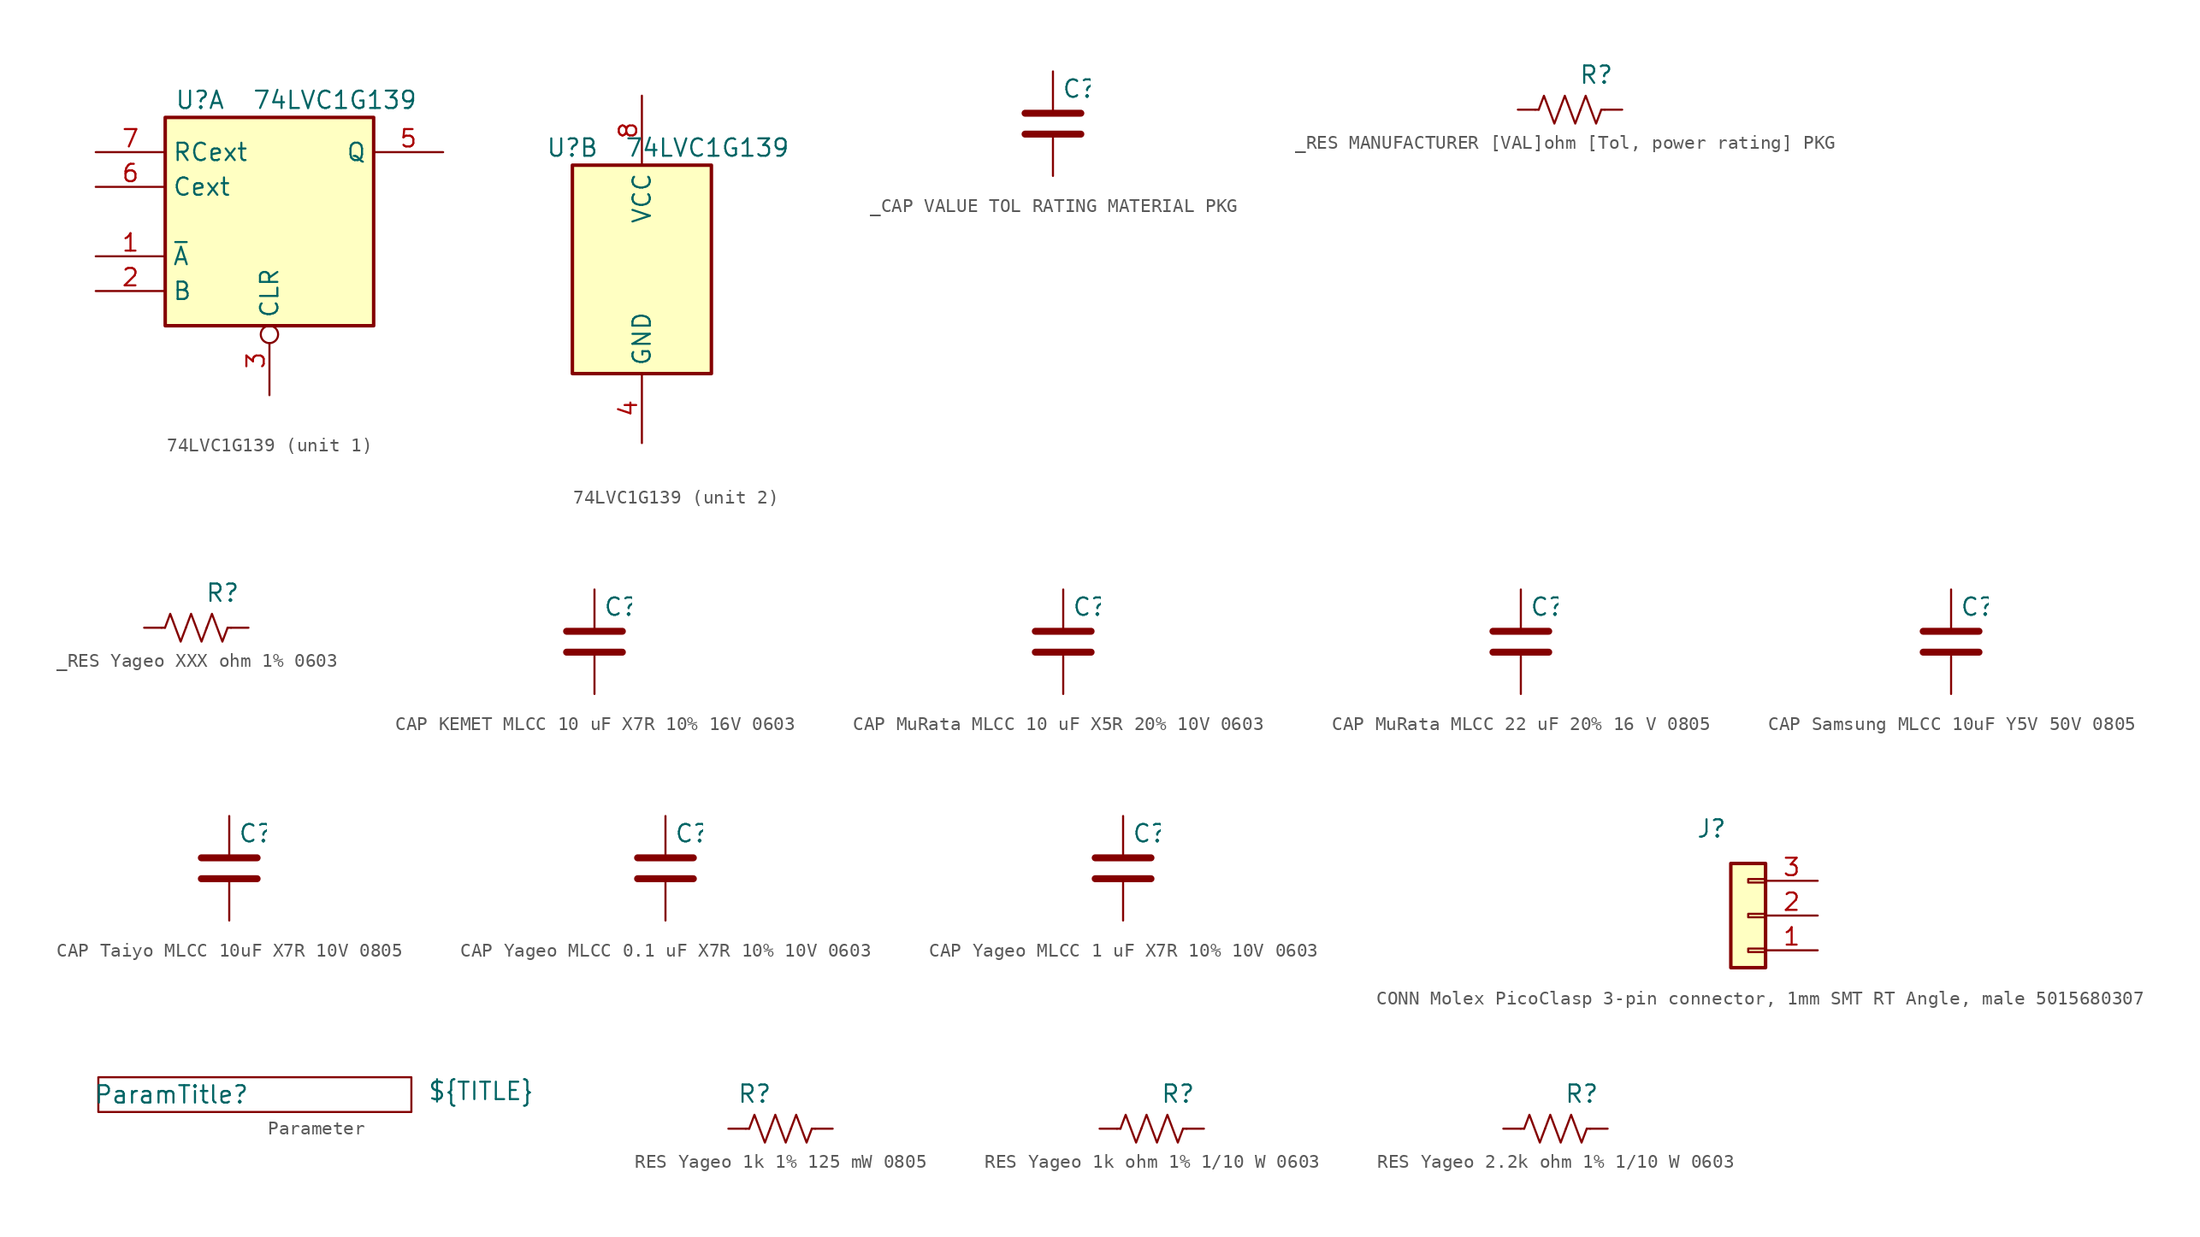
<source format=kicad_sym>
(kicad_symbol_lib
  (version 20241209)
  (generator "kicad_symbol_editor")
  (generator_version "9.0")
  (symbol "74LVC1G139"
    (property "Reference" "U"
      (at -5.08 8.89 0)
      (effects (font (size 1.27 1.27))))
    (property "Value" "74LVC1G139"
      (at -1.27 8.89 0)
      (effects (font (size 1.27 1.27)) (justify left)))
    (symbol "74LVC1G139_1_1"
      (rectangle (start -7.62 7.62) (end 7.62 -7.62) (stroke (width 0.254) (type default)) (fill (type background)))
      (pin input line (at -12.7 5.08 0) (length 5.08) (name "RCext" (effects (font (size 1.27 1.27)))) (number "7" (effects (font (size 1.27 1.27)))))
      (pin input line (at -12.7 2.54 0) (length 5.08) (name "Cext" (effects (font (size 1.27 1.27)))) (number "6" (effects (font (size 1.27 1.27)))))
      (pin input line (at -12.7 -2.54 0) (length 5.08) (name "~{A}" (effects (font (size 1.27 1.27)))) (number "1" (effects (font (size 1.27 1.27)))))
      (pin input line (at -12.7 -5.08 0) (length 5.08) (name "B" (effects (font (size 1.27 1.27)))) (number "2" (effects (font (size 1.27 1.27)))))
      (pin input inverted (at 0 -12.7 90) (length 5.08) (name "CLR" (effects (font (size 1.27 1.27)))) (number "3" (effects (font (size 1.27 1.27)))))
      (pin output line (at 12.7 5.08 180) (length 5.08) (name "Q" (effects (font (size 1.27 1.27)))) (number "5" (effects (font (size 1.27 1.27))))))
    (symbol "74LVC1G139_2_1"
      (rectangle (start -5.08 7.62) (end 5.08 -7.62) (stroke (width 0.254) (type default)) (fill (type background)))
      (pin power_in line (at 0 12.7 270) (length 5.08) (name "VCC" (effects (font (size 1.27 1.27)))) (number "8" (effects (font (size 1.27 1.27)))))
      (pin power_in line (at 0 -12.7 90) (length 5.08) (name "GND" (effects (font (size 1.27 1.27)))) (number "4" (effects (font (size 1.27 1.27)))))))
  (symbol "_CAP VALUE TOL RATING MATERIAL PKG"
    (pin_numbers
      (hide yes))
    (pin_names
      (offset 0))
    (property "Reference" "C"
      (at 0.635 2.54 0)
      (effects (font (size 1.27 1.27)) (justify left)))
    (symbol "_CAP VALUE TOL RATING MATERIAL PKG_0_1"
      (polyline (pts (xy -2.032 0.762) (xy 2.032 0.762)) (stroke (width 0.508) (type default)) (fill (type none)))
      (polyline (pts (xy -2.032 -0.762) (xy 2.032 -0.762)) (stroke (width 0.508) (type default)) (fill (type none))))
    (symbol "_CAP VALUE TOL RATING MATERIAL PKG_1_1"
      (pin passive line (at 0 3.81 270) (length 2.794) (name "~" (effects (font (size 1.27 1.27)))) (number "1" (effects (font (size 1.27 1.27)))))
      (pin passive line (at 0 -3.81 90) (length 2.794) (name "~" (effects (font (size 1.27 1.27)))) (number "2" (effects (font (size 1.27 1.27)))))))
  (symbol "_RES MANUFACTURER [VAL]ohm [Tol, power rating] PKG "
    (pin_numbers
      (hide yes))
    (pin_names
      (offset 0))
    (property "Reference" "R"
      (at 0.635 2.54 0)
      (effects (font (size 1.27 1.27)) (justify left)))
    (symbol "_RES MANUFACTURER [VAL]ohm [Tol, power rating] PKG _0_1"
      (polyline (pts (xy -2.286 0) (xy -2.54 0)) (stroke (width 0) (type default)) (fill (type none)))
      (polyline (pts (xy -0.762 0) (xy -1.143 -1.016) (xy -1.524 0) (xy -1.905 1.016) (xy -2.286 0)) (stroke (width 0) (type default)) (fill (type none)))
      (polyline (pts (xy 0.762 0) (xy 0.381 -1.016) (xy 0 0) (xy -0.381 1.016) (xy -0.762 0)) (stroke (width 0) (type default)) (fill (type none)))
      (polyline (pts (xy 2.286 0) (xy 2.54 0)) (stroke (width 0) (type default)) (fill (type none)))
      (polyline (pts (xy 2.286 0) (xy 1.905 -1.016) (xy 1.524 0) (xy 1.143 1.016) (xy 0.762 0)) (stroke (width 0) (type default)) (fill (type none))))
    (symbol "_RES MANUFACTURER [VAL]ohm [Tol, power rating] PKG _1_1"
      (pin passive line (at -3.81 0 0) (length 1.27) (name "~" (effects (font (size 1.27 1.27)))) (number "2" (effects (font (size 1.27 1.27)))))
      (pin passive line (at 3.81 0 180) (length 1.27) (name "~" (effects (font (size 1.27 1.27)))) (number "1" (effects (font (size 1.27 1.27)))))))
  (symbol "_RES Yageo XXX ohm 1% 0603"
    (pin_numbers
      (hide yes))
    (pin_names
      (offset 0))
    (property "Reference" "R"
      (at 0.635 2.54 0)
      (effects (font (size 1.27 1.27)) (justify left)))
    (symbol "_RES Yageo XXX ohm 1% 0603_0_1"
      (polyline (pts (xy -2.286 0) (xy -2.54 0)) (stroke (width 0) (type default)) (fill (type none)))
      (polyline (pts (xy -0.762 0) (xy -1.143 -1.016) (xy -1.524 0) (xy -1.905 1.016) (xy -2.286 0)) (stroke (width 0) (type default)) (fill (type none)))
      (polyline (pts (xy 0.762 0) (xy 0.381 -1.016) (xy 0 0) (xy -0.381 1.016) (xy -0.762 0)) (stroke (width 0) (type default)) (fill (type none)))
      (polyline (pts (xy 2.286 0) (xy 2.54 0)) (stroke (width 0) (type default)) (fill (type none)))
      (polyline (pts (xy 2.286 0) (xy 1.905 -1.016) (xy 1.524 0) (xy 1.143 1.016) (xy 0.762 0)) (stroke (width 0) (type default)) (fill (type none))))
    (symbol "_RES Yageo XXX ohm 1% 0603_1_1"
      (pin passive line (at -3.81 0 0) (length 1.27) (name "~" (effects (font (size 1.27 1.27)))) (number "2" (effects (font (size 1.27 1.27)))))
      (pin passive line (at 3.81 0 180) (length 1.27) (name "~" (effects (font (size 1.27 1.27)))) (number "1" (effects (font (size 1.27 1.27)))))))
  (symbol "CAP KEMET MLCC 10 uF X7R 10% 16V 0603"
    (pin_numbers
      (hide yes))
    (pin_names
      (offset 0))
    (property "Reference" "C"
      (at 0.635 6.35 0)
      (effects (font (size 1.27 1.27)) (justify left)))
    (symbol "CAP KEMET MLCC 10 uF X7R 10% 16V 0603_0_1"
      (polyline (pts (xy -2.032 4.572) (xy 2.032 4.572)) (stroke (width 0.508) (type default)) (fill (type none)))
      (polyline (pts (xy -2.032 3.048) (xy 2.032 3.048)) (stroke (width 0.508) (type default)) (fill (type none))))
    (symbol "CAP KEMET MLCC 10 uF X7R 10% 16V 0603_1_1"
      (pin passive line (at 0 7.62 270) (length 2.794) (name "~" (effects (font (size 1.27 1.27)))) (number "1" (effects (font (size 1.27 1.27)))))
      (pin passive line (at 0 0 90) (length 2.794) (name "~" (effects (font (size 1.27 1.27)))) (number "2" (effects (font (size 1.27 1.27)))))))
  (symbol "CAP MuRata MLCC 10 uF X5R 20% 10V 0603 "
    (pin_numbers
      (hide yes))
    (pin_names
      (offset 0))
    (property "Reference" "C"
      (at 0.635 3.81 0)
      (effects (font (size 1.27 1.27)) (justify left)))
    (symbol "CAP MuRata MLCC 10 uF X5R 20% 10V 0603 _0_1"
      (polyline (pts (xy -2.032 2.032) (xy 2.032 2.032)) (stroke (width 0.508) (type default)) (fill (type none)))
      (polyline (pts (xy -2.032 0.508) (xy 2.032 0.508)) (stroke (width 0.508) (type default)) (fill (type none))))
    (symbol "CAP MuRata MLCC 10 uF X5R 20% 10V 0603 _1_1"
      (pin passive line (at 0 5.08 270) (length 2.794) (name "~" (effects (font (size 1.27 1.27)))) (number "1" (effects (font (size 1.27 1.27)))))
      (pin passive line (at 0 -2.54 90) (length 2.794) (name "~" (effects (font (size 1.27 1.27)))) (number "2" (effects (font (size 1.27 1.27)))))))
  (symbol "CAP MuRata MLCC 22 uF 20% 16 V 0805"
    (pin_numbers
      (hide yes))
    (pin_names
      (offset 0))
    (property "Reference" "C"
      (at 0.635 3.81 0)
      (effects (font (size 1.27 1.27)) (justify left)))
    (symbol "CAP MuRata MLCC 22 uF 20% 16 V 0805_0_1"
      (polyline (pts (xy -2.032 2.032) (xy 2.032 2.032)) (stroke (width 0.508) (type default)) (fill (type none)))
      (polyline (pts (xy -2.032 0.508) (xy 2.032 0.508)) (stroke (width 0.508) (type default)) (fill (type none))))
    (symbol "CAP MuRata MLCC 22 uF 20% 16 V 0805_1_1"
      (pin passive line (at 0 5.08 270) (length 2.794) (name "~" (effects (font (size 1.27 1.27)))) (number "1" (effects (font (size 1.27 1.27)))))
      (pin passive line (at 0 -2.54 90) (length 2.794) (name "~" (effects (font (size 1.27 1.27)))) (number "2" (effects (font (size 1.27 1.27)))))))
  (symbol "CAP Samsung MLCC 10uF Y5V 50V 0805"
    (pin_numbers
      (hide yes))
    (pin_names
      (offset 0))
    (property "Reference" "C"
      (at 0.635 6.35 0)
      (effects (font (size 1.27 1.27)) (justify left)))
    (symbol "CAP Samsung MLCC 10uF Y5V 50V 0805_0_1"
      (polyline (pts (xy -2.032 4.572) (xy 2.032 4.572)) (stroke (width 0.508) (type default)) (fill (type none)))
      (polyline (pts (xy -2.032 3.048) (xy 2.032 3.048)) (stroke (width 0.508) (type default)) (fill (type none))))
    (symbol "CAP Samsung MLCC 10uF Y5V 50V 0805_1_1"
      (pin passive line (at 0 7.62 270) (length 2.794) (name "~" (effects (font (size 1.27 1.27)))) (number "1" (effects (font (size 1.27 1.27)))))
      (pin passive line (at 0 0 90) (length 2.794) (name "~" (effects (font (size 1.27 1.27)))) (number "2" (effects (font (size 1.27 1.27)))))))
  (symbol "CAP Taiyo MLCC 10uF X7R 10V 0805"
    (pin_numbers
      (hide yes))
    (pin_names
      (offset 0))
    (property "Reference" "C"
      (at 0.635 3.81 0)
      (effects (font (size 1.27 1.27)) (justify left)))
    (symbol "CAP Taiyo MLCC 10uF X7R 10V 0805_0_1"
      (polyline (pts (xy -2.032 2.032) (xy 2.032 2.032)) (stroke (width 0.508) (type default)) (fill (type none)))
      (polyline (pts (xy -2.032 0.508) (xy 2.032 0.508)) (stroke (width 0.508) (type default)) (fill (type none))))
    (symbol "CAP Taiyo MLCC 10uF X7R 10V 0805_1_1"
      (pin passive line (at 0 5.08 270) (length 2.794) (name "~" (effects (font (size 1.27 1.27)))) (number "1" (effects (font (size 1.27 1.27)))))
      (pin passive line (at 0 -2.54 90) (length 2.794) (name "~" (effects (font (size 1.27 1.27)))) (number "2" (effects (font (size 1.27 1.27)))))))
  (symbol "CAP Yageo MLCC 0.1 uF X7R 10% 10V 0603"
    (pin_numbers
      (hide yes))
    (pin_names
      (offset 0)
      (hide yes))
    (property "Reference" "C"
      (at 0.635 3.81 0)
      (effects (font (size 1.27 1.27)) (justify left)))
    (symbol "CAP Yageo MLCC 0.1 uF X7R 10% 10V 0603_0_1"
      (polyline (pts (xy -2.032 2.032) (xy 2.032 2.032)) (stroke (width 0.508) (type default)) (fill (type none)))
      (polyline (pts (xy -2.032 0.508) (xy 2.032 0.508)) (stroke (width 0.508) (type default)) (fill (type none))))
    (symbol "CAP Yageo MLCC 0.1 uF X7R 10% 10V 0603_1_1"
      (pin passive line (at 0 5.08 270) (length 2.794) (name "~" (effects (font (size 1.27 1.27)))) (number "1" (effects (font (size 1.27 1.27)))))
      (pin passive line (at 0 -2.54 90) (length 2.794) (name "~" (effects (font (size 1.27 1.27)))) (number "2" (effects (font (size 1.27 1.27)))))))
  (symbol "CAP Yageo MLCC 1 uF X7R 10% 10V 0603"
    (pin_numbers
      (hide yes))
    (pin_names
      (offset 0)
      (hide yes))
    (property "Reference" "C"
      (at 0.635 3.81 0)
      (effects (font (size 1.27 1.27)) (justify left)))
    (symbol "CAP Yageo MLCC 1 uF X7R 10% 10V 0603_0_1"
      (polyline (pts (xy -2.032 2.032) (xy 2.032 2.032)) (stroke (width 0.508) (type default)) (fill (type none)))
      (polyline (pts (xy -2.032 0.508) (xy 2.032 0.508)) (stroke (width 0.508) (type default)) (fill (type none))))
    (symbol "CAP Yageo MLCC 1 uF X7R 10% 10V 0603_1_1"
      (pin passive line (at 0 5.08 270) (length 2.794) (name "~" (effects (font (size 1.27 1.27)))) (number "1" (effects (font (size 1.27 1.27)))))
      (pin passive line (at 0 -2.54 90) (length 2.794) (name "~" (effects (font (size 1.27 1.27)))) (number "2" (effects (font (size 1.27 1.27)))))))
  (symbol "CONN Molex PicoClasp 3-pin connector, 1mm SMT RT Angle, male 5015680307"
    (pin_names
      (offset 0)
      (hide yes))
    (property "Reference" "J"
      (at -5.08 6.35 0)
      (effects (font (size 1.27 1.27)) (justify left)))
    (symbol "CONN Molex PicoClasp 3-pin connector, 1mm SMT RT Angle, male 5015680307_1_1"
      (rectangle (start 0 2.413) (end -1.27 2.667) (stroke (width 0.152) (type default)) (fill (type none)))
      (rectangle (start 0 -0.127) (end -1.27 0.127) (stroke (width 0.152) (type default)) (fill (type none)))
      (rectangle (start 0 -2.667) (end -1.27 -2.413) (stroke (width 0.152) (type default)) (fill (type none)))
      (rectangle (start 0 -3.81) (end -2.54 3.81) (stroke (width 0.254) (type default)) (fill (type background)))
      (pin passive line (at 3.81 2.54 180) (length 3.81) (name "Pin_3" (effects (font (size 1.27 1.27)))) (number "3" (effects (font (size 1.27 1.27)))))
      (pin passive line (at 3.81 0 180) (length 3.81) (name "Pin_2" (effects (font (size 1.27 1.27)))) (number "2" (effects (font (size 1.27 1.27)))))
      (pin passive line (at 3.81 -2.54 180) (length 3.81) (name "Pin_1" (effects (font (size 1.27 1.27)))) (number "1" (effects (font (size 1.27 1.27)))))))
  (symbol "Parameter"
    (pin_numbers
      (hide yes))
    (pin_names
      (offset 0)
      (hide yes))
    (property "Reference" "ParamTitle"
      (at 5.334 1.27 0)
      (effects (font (size 1.27 1.27))))
    (property "Value" "${TITLE}"
      (at 27.94 1.524 0)
      (effects (font (size 1.27 1.27))))
    (symbol "Parameter_0_1"
      (rectangle (start 0 2.54) (end 22.86 0) (stroke (width 0) (type default)) (fill (type none)))))
  (symbol "RES Yageo 1k 1% 125 mW 0805"
    (pin_numbers
      (hide yes))
    (pin_names
      (offset 0))
    (property "Reference" "R"
      (at 0.635 2.54 0)
      (effects (font (size 1.27 1.27)) (justify left)))
    (symbol "RES Yageo 1k 1% 125 mW 0805_0_1"
      (polyline (pts (xy 1.524 0) (xy 1.27 0)) (stroke (width 0) (type default)) (fill (type none)))
      (polyline (pts (xy 3.048 0) (xy 2.667 -1.016) (xy 2.286 0) (xy 1.905 1.016) (xy 1.524 0)) (stroke (width 0) (type default)) (fill (type none)))
      (polyline (pts (xy 4.572 0) (xy 4.191 -1.016) (xy 3.81 0) (xy 3.429 1.016) (xy 3.048 0)) (stroke (width 0) (type default)) (fill (type none)))
      (polyline (pts (xy 6.096 0) (xy 6.35 0)) (stroke (width 0) (type default)) (fill (type none)))
      (polyline (pts (xy 6.096 0) (xy 5.715 -1.016) (xy 5.334 0) (xy 4.953 1.016) (xy 4.572 0)) (stroke (width 0) (type default)) (fill (type none))))
    (symbol "RES Yageo 1k 1% 125 mW 0805_1_1"
      (pin passive line (at 0 0 0) (length 1.27) (name "~" (effects (font (size 1.27 1.27)))) (number "2" (effects (font (size 1.27 1.27)))))
      (pin passive line (at 7.62 0 180) (length 1.27) (name "~" (effects (font (size 1.27 1.27)))) (number "1" (effects (font (size 1.27 1.27)))))))
  (symbol "RES Yageo 1k ohm 1% 1/10 W 0603"
    (pin_numbers
      (hide yes))
    (pin_names
      (offset 0))
    (property "Reference" "R"
      (at 0.635 2.54 0)
      (effects (font (size 1.27 1.27)) (justify left)))
    (symbol "RES Yageo 1k ohm 1% 1/10 W 0603_0_1"
      (polyline (pts (xy -2.286 0) (xy -2.54 0)) (stroke (width 0) (type default)) (fill (type none)))
      (polyline (pts (xy -0.762 0) (xy -1.143 -1.016) (xy -1.524 0) (xy -1.905 1.016) (xy -2.286 0)) (stroke (width 0) (type default)) (fill (type none)))
      (polyline (pts (xy 0.762 0) (xy 0.381 -1.016) (xy 0 0) (xy -0.381 1.016) (xy -0.762 0)) (stroke (width 0) (type default)) (fill (type none)))
      (polyline (pts (xy 2.286 0) (xy 2.54 0)) (stroke (width 0) (type default)) (fill (type none)))
      (polyline (pts (xy 2.286 0) (xy 1.905 -1.016) (xy 1.524 0) (xy 1.143 1.016) (xy 0.762 0)) (stroke (width 0) (type default)) (fill (type none))))
    (symbol "RES Yageo 1k ohm 1% 1/10 W 0603_1_1"
      (pin passive line (at -3.81 0 0) (length 1.27) (name "~" (effects (font (size 1.27 1.27)))) (number "2" (effects (font (size 1.27 1.27)))))
      (pin passive line (at 3.81 0 180) (length 1.27) (name "~" (effects (font (size 1.27 1.27)))) (number "1" (effects (font (size 1.27 1.27)))))))
  (symbol "RES Yageo 2.2k ohm 1% 1/10 W 0603"
    (pin_numbers
      (hide yes))
    (pin_names
      (offset 0))
    (property "Reference" "R"
      (at 0.635 2.54 0)
      (effects (font (size 1.27 1.27)) (justify left)))
    (symbol "RES Yageo 2.2k ohm 1% 1/10 W 0603_0_1"
      (polyline (pts (xy -2.286 0) (xy -2.54 0)) (stroke (width 0) (type default)) (fill (type none)))
      (polyline (pts (xy -0.762 0) (xy -1.143 -1.016) (xy -1.524 0) (xy -1.905 1.016) (xy -2.286 0)) (stroke (width 0) (type default)) (fill (type none)))
      (polyline (pts (xy 0.762 0) (xy 0.381 -1.016) (xy 0 0) (xy -0.381 1.016) (xy -0.762 0)) (stroke (width 0) (type default)) (fill (type none)))
      (polyline (pts (xy 2.286 0) (xy 2.54 0)) (stroke (width 0) (type default)) (fill (type none)))
      (polyline (pts (xy 2.286 0) (xy 1.905 -1.016) (xy 1.524 0) (xy 1.143 1.016) (xy 0.762 0)) (stroke (width 0) (type default)) (fill (type none))))
    (symbol "RES Yageo 2.2k ohm 1% 1/10 W 0603_1_1"
      (pin passive line (at -3.81 0 0) (length 1.27) (name "~" (effects (font (size 1.27 1.27)))) (number "2" (effects (font (size 1.27 1.27)))))
      (pin passive line (at 3.81 0 180) (length 1.27) (name "~" (effects (font (size 1.27 1.27)))) (number "1" (effects (font (size 1.27 1.27))))))))
</source>
